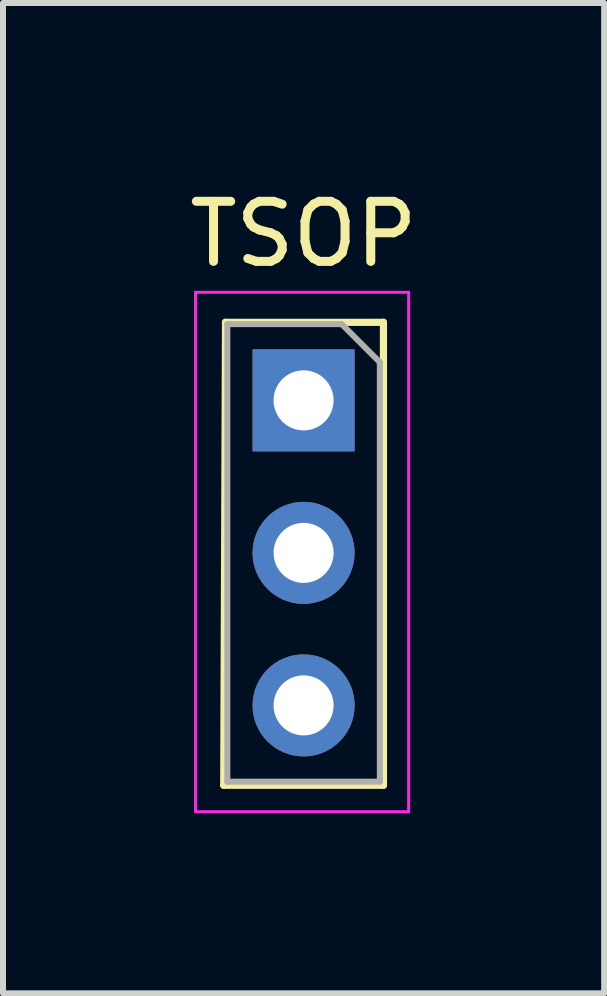
<source format=kicad_pcb>
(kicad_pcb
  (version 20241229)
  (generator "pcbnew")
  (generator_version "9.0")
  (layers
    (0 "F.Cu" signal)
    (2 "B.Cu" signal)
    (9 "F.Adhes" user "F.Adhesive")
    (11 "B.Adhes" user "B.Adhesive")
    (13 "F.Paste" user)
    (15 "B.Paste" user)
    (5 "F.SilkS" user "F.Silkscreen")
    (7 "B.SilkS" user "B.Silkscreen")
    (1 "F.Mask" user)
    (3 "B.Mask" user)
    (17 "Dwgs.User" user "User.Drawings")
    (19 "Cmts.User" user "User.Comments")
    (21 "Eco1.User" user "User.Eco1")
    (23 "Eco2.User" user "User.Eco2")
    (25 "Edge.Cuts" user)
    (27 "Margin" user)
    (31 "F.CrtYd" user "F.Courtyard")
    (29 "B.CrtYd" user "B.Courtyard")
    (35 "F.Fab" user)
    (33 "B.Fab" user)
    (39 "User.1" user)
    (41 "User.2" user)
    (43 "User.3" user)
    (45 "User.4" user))
  (footprint "TSOP"
    (layer "F.Cu")
    (at 2.006 3.618)
    (property "Reference" "TSOP" (at 0 -2.77 0) (layer "F.SilkS") (effects (font (size 1 1) (thickness 0.15))))
    (attr through_hole)
    (fp_line (start -1.33 6.41) (end 1.33 6.41) (stroke (width 0.12) (type solid)) (layer "F.SilkS"))
    (fp_line (start -1.3 -1.3) (end -1.33 6.41) (stroke (width 0.12) (type solid)) (layer "F.SilkS"))
    (fp_line (start -1.3 -1.3) (end 1.33 -1.3) (stroke (width 0.12) (type solid)) (layer "F.SilkS"))
    (fp_line (start 1.33 -1.3) (end 1.33 6.41) (stroke (width 0.12) (type solid)) (layer "F.SilkS"))
    (fp_line (start -1.8 -1.8) (end 1.75 -1.8) (stroke (width 0.05) (type solid)) (layer "F.CrtYd"))
    (fp_line (start -1.8 6.85) (end -1.8 -1.8) (stroke (width 0.05) (type solid)) (layer "F.CrtYd"))
    (fp_line (start 1.75 -1.8) (end 1.75 6.85) (stroke (width 0.05) (type solid)) (layer "F.CrtYd"))
    (fp_line (start 1.75 6.85) (end -1.8 6.85) (stroke (width 0.05) (type solid)) (layer "F.CrtYd"))
    (fp_line (start -1.27 -1.27) (end 0.635 -1.27) (stroke (width 0.1) (type solid)) (layer "F.Fab"))
    (fp_line (start -1.27 6.35) (end -1.27 -1.27) (stroke (width 0.1) (type solid)) (layer "F.Fab"))
    (fp_line (start 0.635 -1.27) (end 1.27 -0.635) (stroke (width 0.1) (type solid)) (layer "F.Fab"))
    (fp_line (start 1.27 -0.635) (end 1.27 6.35) (stroke (width 0.1) (type solid)) (layer "F.Fab"))
    (fp_line (start 1.27 6.35) (end -1.27 6.35) (stroke (width 0.1) (type solid)) (layer "F.Fab"))
    (pad "1" thru_hole rect (at 0 0) (size 1.7 1.7) (drill 1) (layers "*.Cu" "*.Mask"))
    (pad "2" thru_hole oval (at 0 2.54) (size 1.7 1.7) (drill 1) (layers "*.Cu" "*.Mask"))
    (pad "3" thru_hole oval (at 0 5.08) (size 1.7 1.7) (drill 1) (layers "*.Cu" "*.Mask")))
  (gr_rect
    (start -3 -3)
    (end 7.012 13.493)
    (stroke (width 0.1) (type default))
    (fill no)
    (layer "Edge.Cuts")))
</source>
